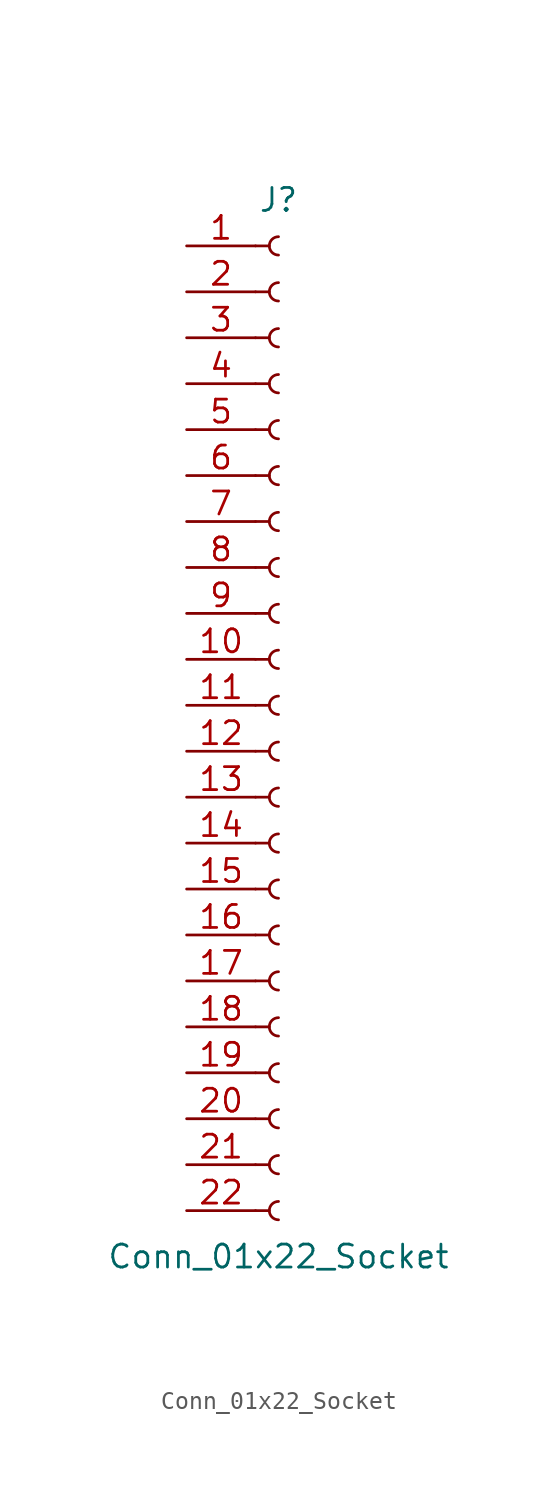
<source format=kicad_sym>
(kicad_symbol_lib
  (version 20241209)
  (generator "kicad_symbol_editor")
  (generator_version "9.0")
  (symbol "Conn_01x22_Socket"
    (pin_names
      (offset 1.016)
      (hide yes))
    (property "Reference" "J"
      (at 0 27.94 0)
      (effects (font (size 1.27 1.27))))
    (property "Value" "Conn_01x22_Socket"
      (at 0 -30.48 0)
      (effects (font (size 1.27 1.27))))
    (property "ki_locked" ""
      (at 0 0 0)
      (effects (font (size 1.27 1.27))))
    (symbol "Conn_01x22_Socket_1_1"
      (polyline (pts (xy -1.27 25.4) (xy -0.508 25.4)) (stroke (width 0.152) (type default)) (fill (type none)))
      (polyline (pts (xy -1.27 22.86) (xy -0.508 22.86)) (stroke (width 0.152) (type default)) (fill (type none)))
      (polyline (pts (xy -1.27 20.32) (xy -0.508 20.32)) (stroke (width 0.152) (type default)) (fill (type none)))
      (polyline (pts (xy -1.27 17.78) (xy -0.508 17.78)) (stroke (width 0.152) (type default)) (fill (type none)))
      (polyline (pts (xy -1.27 15.24) (xy -0.508 15.24)) (stroke (width 0.152) (type default)) (fill (type none)))
      (polyline (pts (xy -1.27 12.7) (xy -0.508 12.7)) (stroke (width 0.152) (type default)) (fill (type none)))
      (polyline (pts (xy -1.27 10.16) (xy -0.508 10.16)) (stroke (width 0.152) (type default)) (fill (type none)))
      (polyline (pts (xy -1.27 7.62) (xy -0.508 7.62)) (stroke (width 0.152) (type default)) (fill (type none)))
      (polyline (pts (xy -1.27 5.08) (xy -0.508 5.08)) (stroke (width 0.152) (type default)) (fill (type none)))
      (polyline (pts (xy -1.27 2.54) (xy -0.508 2.54)) (stroke (width 0.152) (type default)) (fill (type none)))
      (polyline (pts (xy -1.27 0) (xy -0.508 0)) (stroke (width 0.152) (type default)) (fill (type none)))
      (polyline (pts (xy -1.27 -2.54) (xy -0.508 -2.54)) (stroke (width 0.152) (type default)) (fill (type none)))
      (polyline (pts (xy -1.27 -5.08) (xy -0.508 -5.08)) (stroke (width 0.152) (type default)) (fill (type none)))
      (polyline (pts (xy -1.27 -7.62) (xy -0.508 -7.62)) (stroke (width 0.152) (type default)) (fill (type none)))
      (polyline (pts (xy -1.27 -10.16) (xy -0.508 -10.16)) (stroke (width 0.152) (type default)) (fill (type none)))
      (polyline (pts (xy -1.27 -12.7) (xy -0.508 -12.7)) (stroke (width 0.152) (type default)) (fill (type none)))
      (polyline (pts (xy -1.27 -15.24) (xy -0.508 -15.24)) (stroke (width 0.152) (type default)) (fill (type none)))
      (polyline (pts (xy -1.27 -17.78) (xy -0.508 -17.78)) (stroke (width 0.152) (type default)) (fill (type none)))
      (polyline (pts (xy -1.27 -20.32) (xy -0.508 -20.32)) (stroke (width 0.152) (type default)) (fill (type none)))
      (polyline (pts (xy -1.27 -22.86) (xy -0.508 -22.86)) (stroke (width 0.152) (type default)) (fill (type none)))
      (polyline (pts (xy -1.27 -25.4) (xy -0.508 -25.4)) (stroke (width 0.152) (type default)) (fill (type none)))
      (polyline (pts (xy -1.27 -27.94) (xy -0.508 -27.94)) (stroke (width 0.152) (type default)) (fill (type none)))
      (arc (start 0 24.892) (mid -0.5058 25.4) (end 0 25.908) (stroke (width 0.1524) (type default)) (fill (type none)))
      (arc (start 0 22.352) (mid -0.5058 22.86) (end 0 23.368) (stroke (width 0.1524) (type default)) (fill (type none)))
      (arc (start 0 19.812) (mid -0.5058 20.32) (end 0 20.828) (stroke (width 0.1524) (type default)) (fill (type none)))
      (arc (start 0 17.272) (mid -0.5058 17.78) (end 0 18.288) (stroke (width 0.1524) (type default)) (fill (type none)))
      (arc (start 0 14.732) (mid -0.5058 15.24) (end 0 15.748) (stroke (width 0.1524) (type default)) (fill (type none)))
      (arc (start 0 12.192) (mid -0.5058 12.7) (end 0 13.208) (stroke (width 0.1524) (type default)) (fill (type none)))
      (arc (start 0 9.652) (mid -0.5058 10.16) (end 0 10.668) (stroke (width 0.1524) (type default)) (fill (type none)))
      (arc (start 0 7.112) (mid -0.5058 7.62) (end 0 8.128) (stroke (width 0.1524) (type default)) (fill (type none)))
      (arc (start 0 4.572) (mid -0.5058 5.08) (end 0 5.588) (stroke (width 0.1524) (type default)) (fill (type none)))
      (arc (start 0 2.032) (mid -0.5058 2.54) (end 0 3.048) (stroke (width 0.1524) (type default)) (fill (type none)))
      (arc (start 0 -0.508) (mid -0.5058 0) (end 0 0.508) (stroke (width 0.1524) (type default)) (fill (type none)))
      (arc (start 0 -3.048) (mid -0.5058 -2.54) (end 0 -2.032) (stroke (width 0.1524) (type default)) (fill (type none)))
      (arc (start 0 -5.588) (mid -0.5058 -5.08) (end 0 -4.572) (stroke (width 0.1524) (type default)) (fill (type none)))
      (arc (start 0 -8.128) (mid -0.5058 -7.62) (end 0 -7.112) (stroke (width 0.1524) (type default)) (fill (type none)))
      (arc (start 0 -10.668) (mid -0.5058 -10.16) (end 0 -9.652) (stroke (width 0.1524) (type default)) (fill (type none)))
      (arc (start 0 -13.208) (mid -0.5058 -12.7) (end 0 -12.192) (stroke (width 0.1524) (type default)) (fill (type none)))
      (arc (start 0 -15.748) (mid -0.5058 -15.24) (end 0 -14.732) (stroke (width 0.1524) (type default)) (fill (type none)))
      (arc (start 0 -18.288) (mid -0.5058 -17.78) (end 0 -17.272) (stroke (width 0.1524) (type default)) (fill (type none)))
      (arc (start 0 -20.828) (mid -0.5058 -20.32) (end 0 -19.812) (stroke (width 0.1524) (type default)) (fill (type none)))
      (arc (start 0 -23.368) (mid -0.5058 -22.86) (end 0 -22.352) (stroke (width 0.1524) (type default)) (fill (type none)))
      (arc (start 0 -25.908) (mid -0.5058 -25.4) (end 0 -24.892) (stroke (width 0.1524) (type default)) (fill (type none)))
      (arc (start 0 -28.448) (mid -0.5058 -27.94) (end 0 -27.432) (stroke (width 0.1524) (type default)) (fill (type none)))
      (pin passive line (at -5.08 25.4 0) (length 3.81) (name "Pin_1" (effects (font (size 1.27 1.27)))) (number "1" (effects (font (size 1.27 1.27)))))
      (pin passive line (at -5.08 22.86 0) (length 3.81) (name "Pin_2" (effects (font (size 1.27 1.27)))) (number "2" (effects (font (size 1.27 1.27)))))
      (pin passive line (at -5.08 20.32 0) (length 3.81) (name "Pin_3" (effects (font (size 1.27 1.27)))) (number "3" (effects (font (size 1.27 1.27)))))
      (pin passive line (at -5.08 17.78 0) (length 3.81) (name "Pin_4" (effects (font (size 1.27 1.27)))) (number "4" (effects (font (size 1.27 1.27)))))
      (pin passive line (at -5.08 15.24 0) (length 3.81) (name "Pin_5" (effects (font (size 1.27 1.27)))) (number "5" (effects (font (size 1.27 1.27)))))
      (pin passive line (at -5.08 12.7 0) (length 3.81) (name "Pin_6" (effects (font (size 1.27 1.27)))) (number "6" (effects (font (size 1.27 1.27)))))
      (pin passive line (at -5.08 10.16 0) (length 3.81) (name "Pin_7" (effects (font (size 1.27 1.27)))) (number "7" (effects (font (size 1.27 1.27)))))
      (pin passive line (at -5.08 7.62 0) (length 3.81) (name "Pin_8" (effects (font (size 1.27 1.27)))) (number "8" (effects (font (size 1.27 1.27)))))
      (pin passive line (at -5.08 5.08 0) (length 3.81) (name "Pin_9" (effects (font (size 1.27 1.27)))) (number "9" (effects (font (size 1.27 1.27)))))
      (pin passive line (at -5.08 2.54 0) (length 3.81) (name "Pin_10" (effects (font (size 1.27 1.27)))) (number "10" (effects (font (size 1.27 1.27)))))
      (pin passive line (at -5.08 0 0) (length 3.81) (name "Pin_11" (effects (font (size 1.27 1.27)))) (number "11" (effects (font (size 1.27 1.27)))))
      (pin passive line (at -5.08 -2.54 0) (length 3.81) (name "Pin_12" (effects (font (size 1.27 1.27)))) (number "12" (effects (font (size 1.27 1.27)))))
      (pin passive line (at -5.08 -5.08 0) (length 3.81) (name "Pin_13" (effects (font (size 1.27 1.27)))) (number "13" (effects (font (size 1.27 1.27)))))
      (pin passive line (at -5.08 -7.62 0) (length 3.81) (name "Pin_14" (effects (font (size 1.27 1.27)))) (number "14" (effects (font (size 1.27 1.27)))))
      (pin passive line (at -5.08 -10.16 0) (length 3.81) (name "Pin_15" (effects (font (size 1.27 1.27)))) (number "15" (effects (font (size 1.27 1.27)))))
      (pin passive line (at -5.08 -12.7 0) (length 3.81) (name "Pin_16" (effects (font (size 1.27 1.27)))) (number "16" (effects (font (size 1.27 1.27)))))
      (pin passive line (at -5.08 -15.24 0) (length 3.81) (name "Pin_17" (effects (font (size 1.27 1.27)))) (number "17" (effects (font (size 1.27 1.27)))))
      (pin passive line (at -5.08 -17.78 0) (length 3.81) (name "Pin_18" (effects (font (size 1.27 1.27)))) (number "18" (effects (font (size 1.27 1.27)))))
      (pin passive line (at -5.08 -20.32 0) (length 3.81) (name "Pin_19" (effects (font (size 1.27 1.27)))) (number "19" (effects (font (size 1.27 1.27)))))
      (pin passive line (at -5.08 -22.86 0) (length 3.81) (name "Pin_20" (effects (font (size 1.27 1.27)))) (number "20" (effects (font (size 1.27 1.27)))))
      (pin passive line (at -5.08 -25.4 0) (length 3.81) (name "Pin_21" (effects (font (size 1.27 1.27)))) (number "21" (effects (font (size 1.27 1.27)))))
      (pin passive line (at -5.08 -27.94 0) (length 3.81) (name "Pin_22" (effects (font (size 1.27 1.27)))) (number "22" (effects (font (size 1.27 1.27))))))))
</source>
